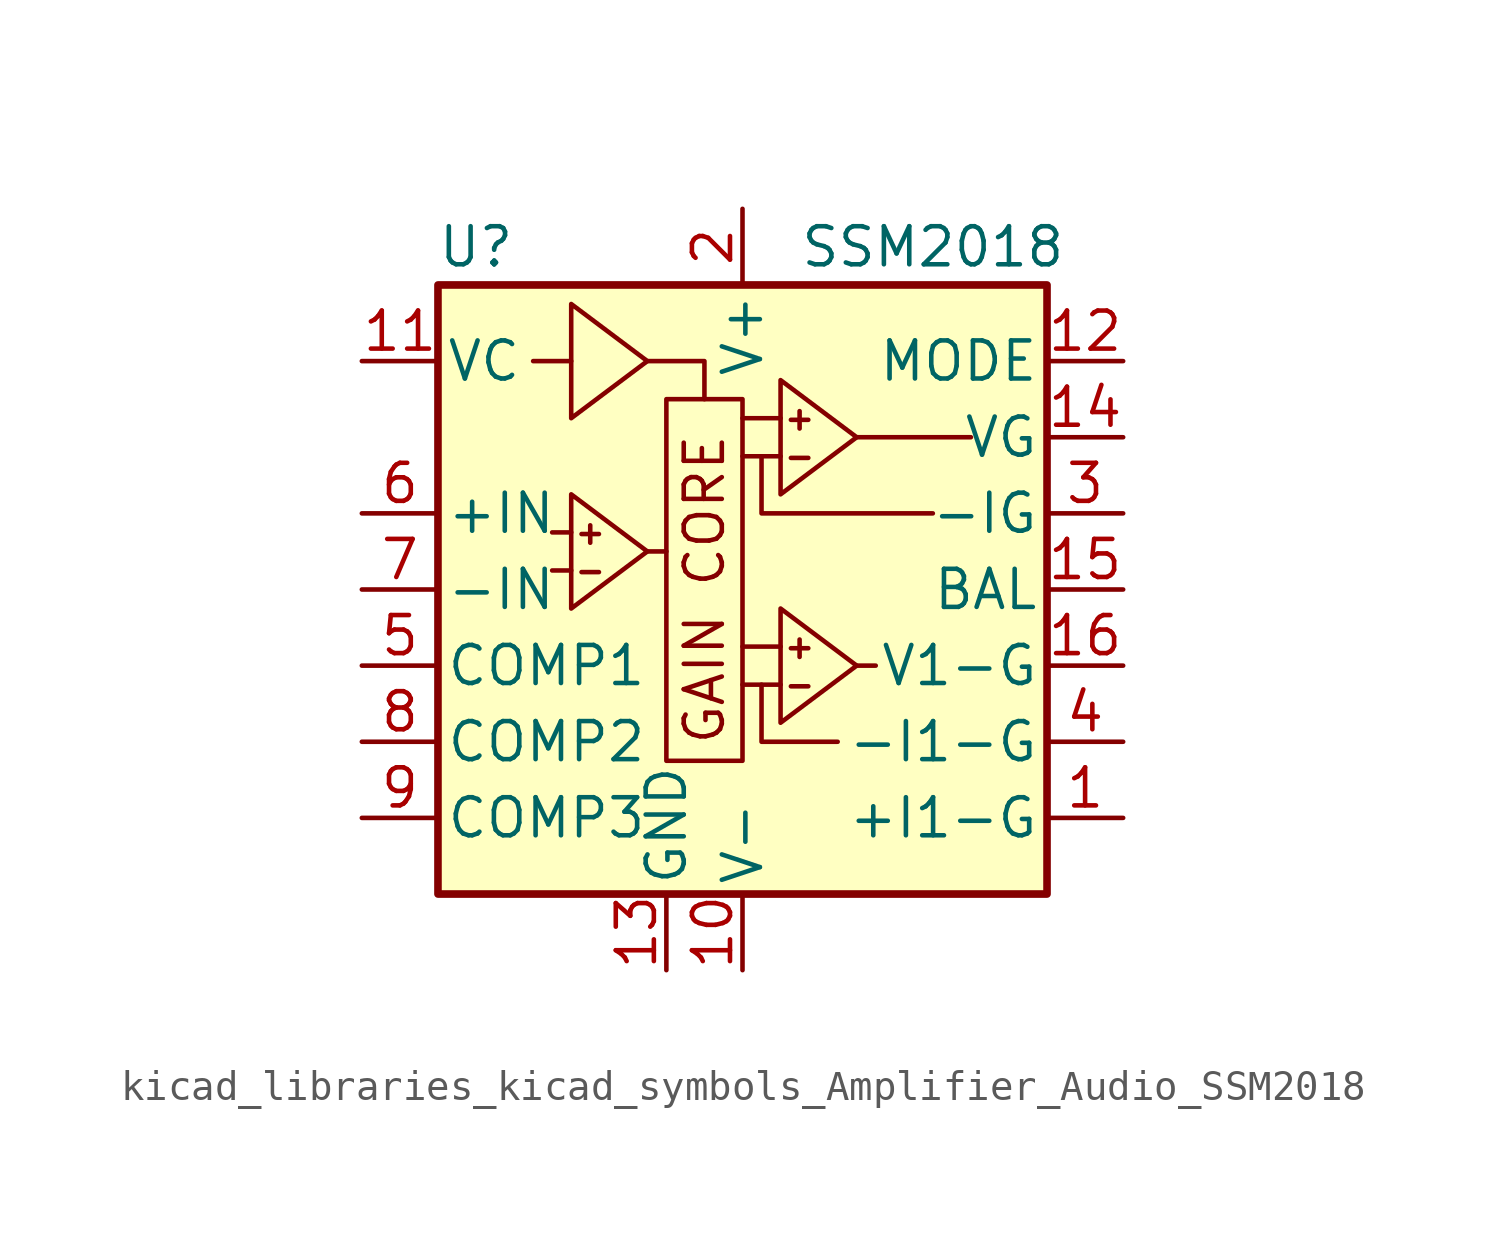
<source format=kicad_sym>
(kicad_symbol_lib
  (version 20220914)
  (generator kicad_symbol_editor)
  (symbol "kicad_libraries_kicad_symbols_Amplifier_Audio_SSM2018"
    (pin_names
      (offset 0.254))
    (property "Reference" "U"
      (at -8.89 11.43 0)
      (effects (font (size 1.27 1.27))))
    (property "Value" "SSM2018"
      (at 6.35 11.43 0)
      (effects (font (size 1.27 1.27))))
    (symbol "kicad_libraries_kicad_symbols_Amplifier_Audio_SSM2018_0_0"
      (text "+" (at -5.08 1.905 0) (effects (font (size 0.762 0.762))))
      (text "+" (at 1.905 -1.905 0) (effects (font (size 0.762 0.762))))
      (text "+" (at 1.905 5.715 0) (effects (font (size 0.762 0.762))))
      (text "-" (at -5.08 0.635 0) (effects (font (size 0.762 0.762))))
      (text "-" (at 1.905 -3.175 0) (effects (font (size 0.762 0.762))))
      (text "-" (at 1.905 4.445 0) (effects (font (size 0.762 0.762)))))
    (symbol "kicad_libraries_kicad_symbols_Amplifier_Audio_SSM2018_0_1"
      (rectangle (start -10.16 10.16) (end 10.16 -10.16) (stroke (width 0.254) (type default)) (fill (type background)))
      (rectangle (start -2.54 6.35) (end 0 -5.715) (stroke (width 0) (type default)) (fill (type none)))
      (polyline (pts (xy -5.715 0.635) (xy -6.35 0.635)) (stroke (width 0) (type default)) (fill (type none)))
      (polyline (pts (xy -5.715 1.905) (xy -6.35 1.905)) (stroke (width 0) (type default)) (fill (type none)))
      (polyline (pts (xy -5.715 7.62) (xy -6.985 7.62)) (stroke (width 0) (type default)) (fill (type none)))
      (polyline (pts (xy -3.175 1.27) (xy -2.54 1.27)) (stroke (width 0) (type default)) (fill (type none)))
      (polyline (pts (xy 0 -1.905) (xy 1.27 -1.905)) (stroke (width 0) (type default)) (fill (type none)))
      (polyline (pts (xy 0 5.715) (xy 1.27 5.715)) (stroke (width 0) (type default)) (fill (type none)))
      (polyline (pts (xy 1.27 -3.175) (xy 0 -3.175)) (stroke (width 0) (type default)) (fill (type none)))
      (polyline (pts (xy 1.27 4.445) (xy 0 4.445)) (stroke (width 0) (type default)) (fill (type none)))
      (polyline (pts (xy 3.81 -2.54) (xy 4.445 -2.54)) (stroke (width 0) (type default)) (fill (type none)))
      (polyline (pts (xy 3.81 5.08) (xy 7.62 5.08)) (stroke (width 0) (type default)) (fill (type none)))
      (polyline (pts (xy -3.175 7.62) (xy -1.27 7.62) (xy -1.27 6.35)) (stroke (width 0) (type default)) (fill (type none)))
      (polyline (pts (xy 0.635 -3.175) (xy 0.635 -5.08) (xy 3.175 -5.08)) (stroke (width 0) (type default)) (fill (type none)))
      (polyline (pts (xy 0.635 4.445) (xy 0.635 2.54) (xy 6.35 2.54)) (stroke (width 0) (type default)) (fill (type none)))
      (polyline (pts (xy -5.715 3.175) (xy -3.175 1.27) (xy -5.715 -0.635) (xy -5.715 3.175)) (stroke (width 0) (type default)) (fill (type none)))
      (polyline (pts (xy -5.715 9.525) (xy -3.175 7.62) (xy -5.715 5.715) (xy -5.715 9.525)) (stroke (width 0) (type default)) (fill (type none)))
      (polyline (pts (xy 1.27 -0.635) (xy 3.81 -2.54) (xy 1.27 -4.445) (xy 1.27 -0.635)) (stroke (width 0) (type default)) (fill (type none)))
      (polyline (pts (xy 1.27 6.985) (xy 3.81 5.08) (xy 1.27 3.175) (xy 1.27 6.985)) (stroke (width 0) (type default)) (fill (type none)))
      (text "GAIN CORE" (at -1.27 0 900) (effects (font (size 1.27 1.27))))
      (pin passive line (at -12.7 -7.62 0) (length 2.54) (name "COMP3" (effects (font (size 1.27 1.27)))) (number "9" (effects (font (size 1.27 1.27))))))
    (symbol "kicad_libraries_kicad_symbols_Amplifier_Audio_SSM2018_1_1"
      (pin output line (at 12.7 -7.62 180) (length 2.54) (name "+I1-G" (effects (font (size 1.27 1.27)))) (number "1" (effects (font (size 1.27 1.27)))))
      (pin power_in line (at 0 -12.7 90) (length 2.54) (name "V-" (effects (font (size 1.27 1.27)))) (number "10" (effects (font (size 1.27 1.27)))))
      (pin input line (at -12.7 7.62 0) (length 2.54) (name "VC" (effects (font (size 1.27 1.27)))) (number "11" (effects (font (size 1.27 1.27)))))
      (pin input line (at 12.7 7.62 180) (length 2.54) (name "MODE" (effects (font (size 1.27 1.27)))) (number "12" (effects (font (size 1.27 1.27)))))
      (pin power_in line (at -2.54 -12.7 90) (length 2.54) (name "GND" (effects (font (size 1.27 1.27)))) (number "13" (effects (font (size 1.27 1.27)))))
      (pin output line (at 12.7 5.08 180) (length 2.54) (name "VG" (effects (font (size 1.27 1.27)))) (number "14" (effects (font (size 1.27 1.27)))))
      (pin input line (at 12.7 0 180) (length 2.54) (name "BAL" (effects (font (size 1.27 1.27)))) (number "15" (effects (font (size 1.27 1.27)))))
      (pin output line (at 12.7 -2.54 180) (length 2.54) (name "V1-G" (effects (font (size 1.27 1.27)))) (number "16" (effects (font (size 1.27 1.27)))))
      (pin power_in line (at 0 12.7 270) (length 2.54) (name "V+" (effects (font (size 1.27 1.27)))) (number "2" (effects (font (size 1.27 1.27)))))
      (pin output line (at 12.7 2.54 180) (length 2.54) (name "-IG" (effects (font (size 1.27 1.27)))) (number "3" (effects (font (size 1.27 1.27)))))
      (pin output line (at 12.7 -5.08 180) (length 2.54) (name "-I1-G" (effects (font (size 1.27 1.27)))) (number "4" (effects (font (size 1.27 1.27)))))
      (pin passive line (at -12.7 -2.54 0) (length 2.54) (name "COMP1" (effects (font (size 1.27 1.27)))) (number "5" (effects (font (size 1.27 1.27)))))
      (pin input line (at -12.7 2.54 0) (length 2.54) (name "+IN" (effects (font (size 1.27 1.27)))) (number "6" (effects (font (size 1.27 1.27)))))
      (pin input line (at -12.7 0 0) (length 2.54) (name "-IN" (effects (font (size 1.27 1.27)))) (number "7" (effects (font (size 1.27 1.27)))))
      (pin passive line (at -12.7 -5.08 0) (length 2.54) (name "COMP2" (effects (font (size 1.27 1.27)))) (number "8" (effects (font (size 1.27 1.27))))))))
</source>
